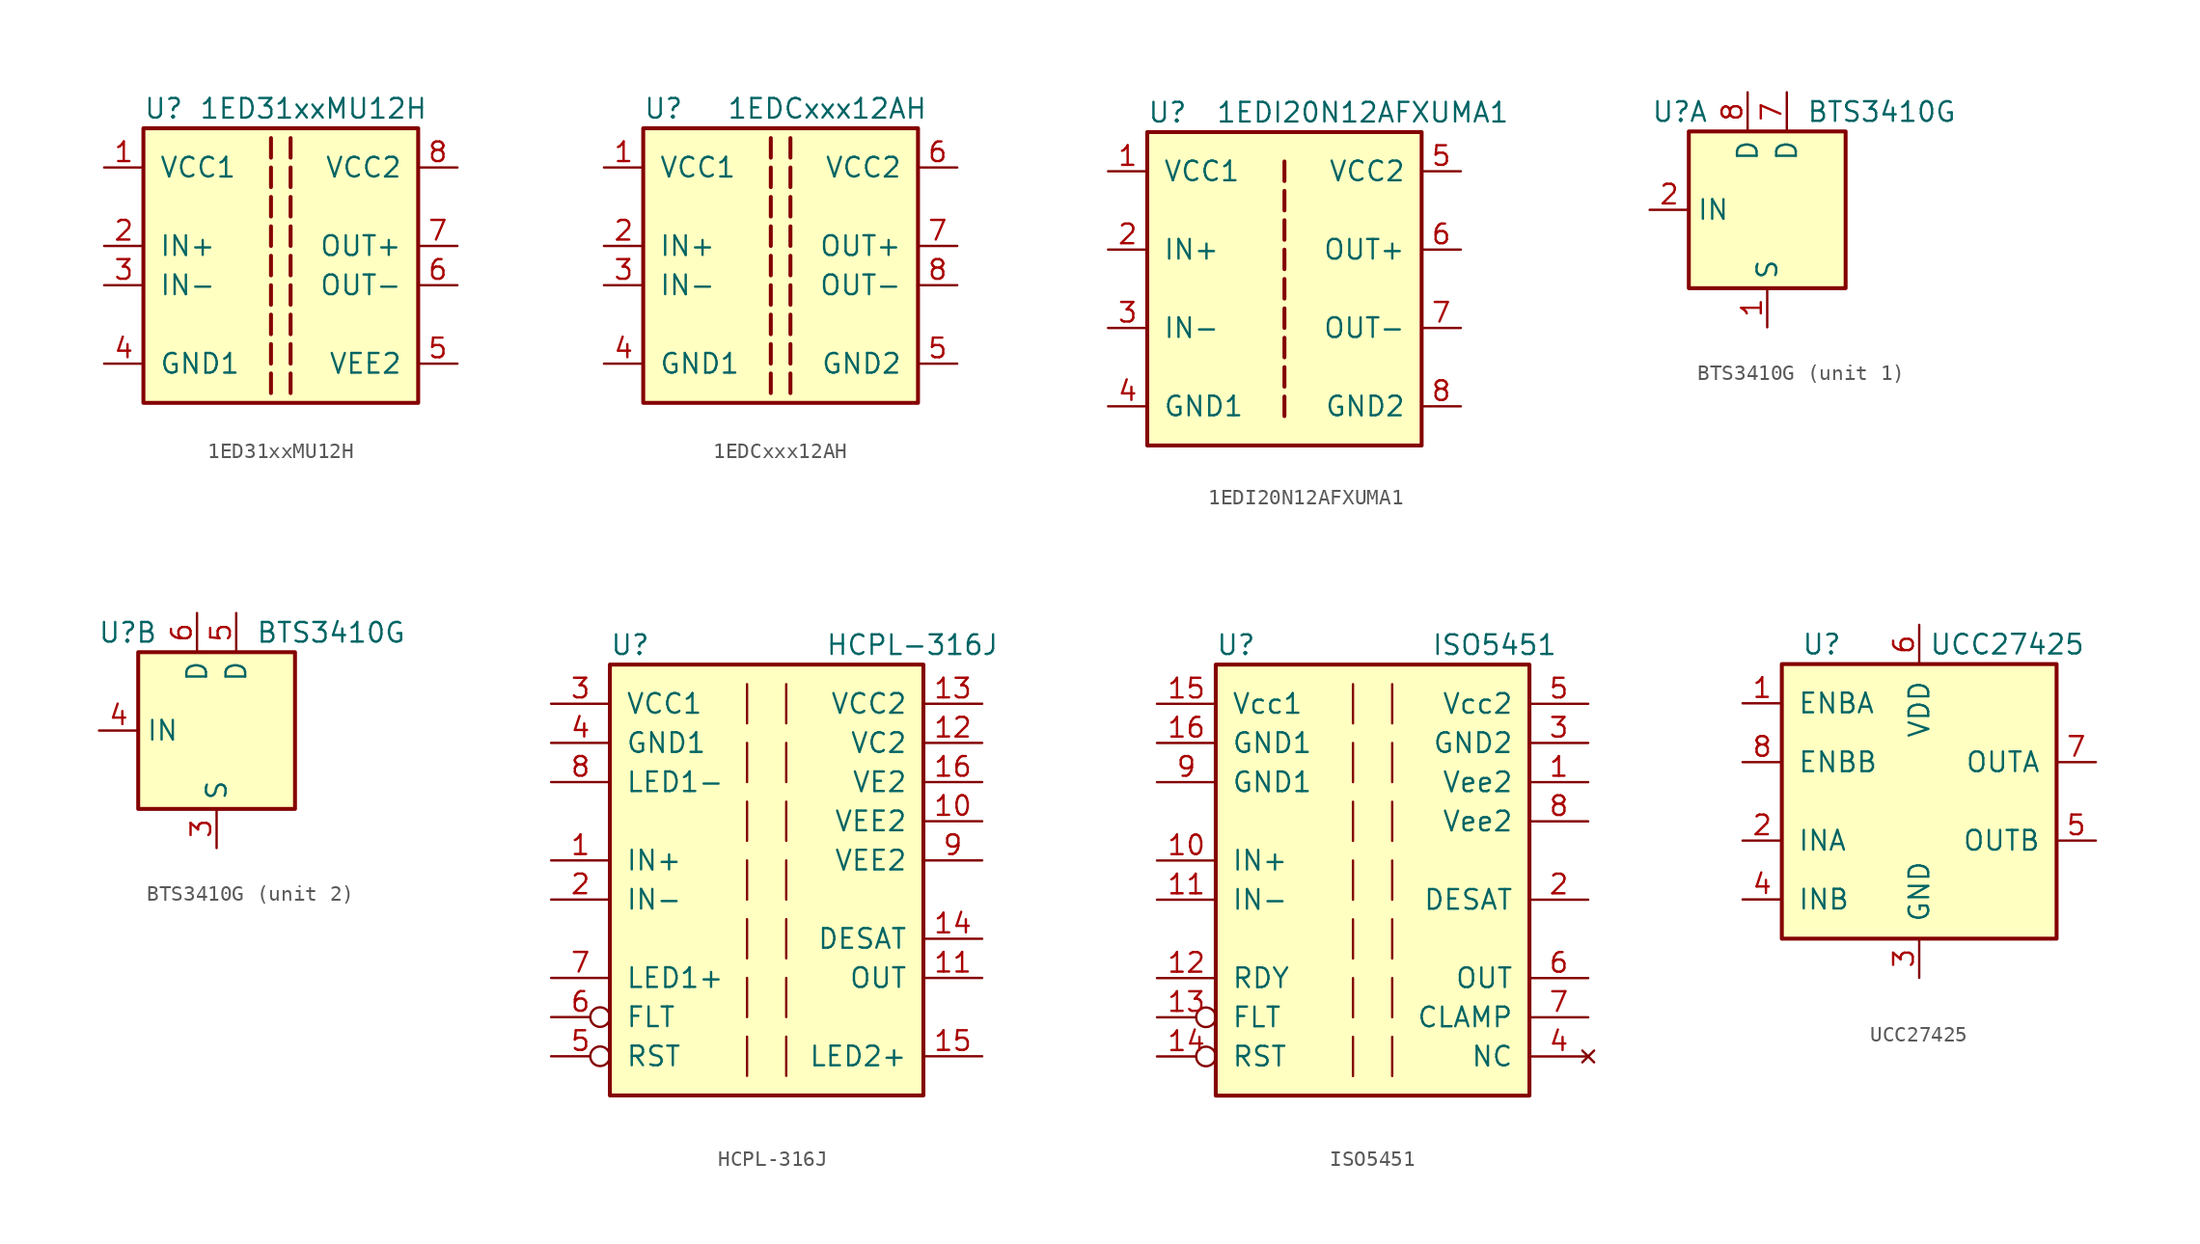
<source format=kicad_sym>
(kicad_symbol_lib
  (version 20231120)
  (generator "kicad_symbol_editor")
  (generator_version "8.0")
  (symbol "1ED31xxMU12H"
    (pin_names
      (offset 1.016))
    (property "Reference" "U"
      (at -8.89 10.16 0)
      (effects (font (size 1.27 1.27)) (justify left)))
    (property "Value" "1ED31xxMU12H"
      (at 9.525 10.16 0)
      (effects (font (size 1.27 1.27)) (justify right)))
    (symbol "1ED31xxMU12H_0_1"
      (rectangle (start -8.89 8.89) (end 8.89 -8.89) (stroke (width 0.254) (type default)) (fill (type background)))
      (polyline (pts (xy 0.635 -3.175) (xy 0.635 -4.445)) (stroke (width 0.254) (type default)) (fill (type none)))
      (polyline (pts (xy 0.635 -1.27) (xy 0.635 -2.54)) (stroke (width 0.254) (type default)) (fill (type none)))
      (polyline (pts (xy 0.635 0.635) (xy 0.635 -0.635)) (stroke (width 0.254) (type default)) (fill (type none)))
      (polyline (pts (xy 0.635 1.27) (xy 0.635 2.54)) (stroke (width 0.254) (type default)) (fill (type none)))
      (polyline (pts (xy 0.635 3.175) (xy 0.635 4.445)) (stroke (width 0.254) (type default)) (fill (type none))))
    (symbol "1ED31xxMU12H_1_1"
      (polyline (pts (xy -0.635 -6.985) (xy -0.635 -8.255)) (stroke (width 0.254) (type default)) (fill (type none)))
      (polyline (pts (xy -0.635 -5.08) (xy -0.635 -6.35)) (stroke (width 0.254) (type default)) (fill (type none)))
      (polyline (pts (xy -0.635 -3.175) (xy -0.635 -4.445)) (stroke (width 0.254) (type default)) (fill (type none)))
      (polyline (pts (xy -0.635 -1.27) (xy -0.635 -2.54)) (stroke (width 0.254) (type default)) (fill (type none)))
      (polyline (pts (xy -0.635 0.635) (xy -0.635 -0.635)) (stroke (width 0.254) (type default)) (fill (type none)))
      (polyline (pts (xy -0.635 1.27) (xy -0.635 2.54)) (stroke (width 0.254) (type default)) (fill (type none)))
      (polyline (pts (xy -0.635 3.175) (xy -0.635 4.445)) (stroke (width 0.254) (type default)) (fill (type none)))
      (polyline (pts (xy -0.635 5.08) (xy -0.635 6.35)) (stroke (width 0.254) (type default)) (fill (type none)))
      (polyline (pts (xy -0.635 6.985) (xy -0.635 8.255)) (stroke (width 0.254) (type default)) (fill (type none)))
      (polyline (pts (xy 0.635 -6.985) (xy 0.635 -8.255)) (stroke (width 0.254) (type default)) (fill (type none)))
      (polyline (pts (xy 0.635 -5.08) (xy 0.635 -6.35)) (stroke (width 0.254) (type default)) (fill (type none)))
      (polyline (pts (xy 0.635 5.08) (xy 0.635 6.35)) (stroke (width 0.254) (type default)) (fill (type none)))
      (polyline (pts (xy 0.635 6.985) (xy 0.635 8.255)) (stroke (width 0.254) (type default)) (fill (type none)))
      (pin power_in line (at -11.43 6.35 0) (length 2.54) (name "VCC1" (effects (font (size 1.27 1.27)))) (number "1" (effects (font (size 1.27 1.27)))))
      (pin input line (at -11.43 1.27 0) (length 2.54) (name "IN+" (effects (font (size 1.27 1.27)))) (number "2" (effects (font (size 1.27 1.27)))))
      (pin input line (at -11.43 -1.27 0) (length 2.54) (name "IN-" (effects (font (size 1.27 1.27)))) (number "3" (effects (font (size 1.27 1.27)))))
      (pin power_in line (at -11.43 -6.35 0) (length 2.54) (name "GND1" (effects (font (size 1.27 1.27)))) (number "4" (effects (font (size 1.27 1.27)))))
      (pin power_in line (at 11.43 -6.35 180) (length 2.54) (name "VEE2" (effects (font (size 1.27 1.27)))) (number "5" (effects (font (size 1.27 1.27)))))
      (pin output line (at 11.43 -1.27 180) (length 2.54) (name "OUT-" (effects (font (size 1.27 1.27)))) (number "6" (effects (font (size 1.27 1.27)))))
      (pin output line (at 11.43 1.27 180) (length 2.54) (name "OUT+" (effects (font (size 1.27 1.27)))) (number "7" (effects (font (size 1.27 1.27)))))
      (pin power_in line (at 11.43 6.35 180) (length 2.54) (name "VCC2" (effects (font (size 1.27 1.27)))) (number "8" (effects (font (size 1.27 1.27)))))))
  (symbol "1EDCxxx12AH"
    (pin_names
      (offset 1.016))
    (property "Reference" "U"
      (at -8.89 10.16 0)
      (effects (font (size 1.27 1.27)) (justify left)))
    (property "Value" "1EDCxxx12AH"
      (at 9.525 10.16 0)
      (effects (font (size 1.27 1.27)) (justify right)))
    (symbol "1EDCxxx12AH_0_1"
      (rectangle (start -8.89 8.89) (end 8.89 -8.89) (stroke (width 0.254) (type default)) (fill (type background)))
      (polyline (pts (xy 0.635 -3.175) (xy 0.635 -4.445)) (stroke (width 0.254) (type default)) (fill (type none)))
      (polyline (pts (xy 0.635 -1.27) (xy 0.635 -2.54)) (stroke (width 0.254) (type default)) (fill (type none)))
      (polyline (pts (xy 0.635 0.635) (xy 0.635 -0.635)) (stroke (width 0.254) (type default)) (fill (type none)))
      (polyline (pts (xy 0.635 1.27) (xy 0.635 2.54)) (stroke (width 0.254) (type default)) (fill (type none)))
      (polyline (pts (xy 0.635 3.175) (xy 0.635 4.445)) (stroke (width 0.254) (type default)) (fill (type none))))
    (symbol "1EDCxxx12AH_1_1"
      (polyline (pts (xy -0.635 -6.985) (xy -0.635 -8.255)) (stroke (width 0.254) (type default)) (fill (type none)))
      (polyline (pts (xy -0.635 -5.08) (xy -0.635 -6.35)) (stroke (width 0.254) (type default)) (fill (type none)))
      (polyline (pts (xy -0.635 -3.175) (xy -0.635 -4.445)) (stroke (width 0.254) (type default)) (fill (type none)))
      (polyline (pts (xy -0.635 -1.27) (xy -0.635 -2.54)) (stroke (width 0.254) (type default)) (fill (type none)))
      (polyline (pts (xy -0.635 0.635) (xy -0.635 -0.635)) (stroke (width 0.254) (type default)) (fill (type none)))
      (polyline (pts (xy -0.635 1.27) (xy -0.635 2.54)) (stroke (width 0.254) (type default)) (fill (type none)))
      (polyline (pts (xy -0.635 3.175) (xy -0.635 4.445)) (stroke (width 0.254) (type default)) (fill (type none)))
      (polyline (pts (xy -0.635 5.08) (xy -0.635 6.35)) (stroke (width 0.254) (type default)) (fill (type none)))
      (polyline (pts (xy -0.635 6.985) (xy -0.635 8.255)) (stroke (width 0.254) (type default)) (fill (type none)))
      (polyline (pts (xy 0.635 -6.985) (xy 0.635 -8.255)) (stroke (width 0.254) (type default)) (fill (type none)))
      (polyline (pts (xy 0.635 -5.08) (xy 0.635 -6.35)) (stroke (width 0.254) (type default)) (fill (type none)))
      (polyline (pts (xy 0.635 5.08) (xy 0.635 6.35)) (stroke (width 0.254) (type default)) (fill (type none)))
      (polyline (pts (xy 0.635 6.985) (xy 0.635 8.255)) (stroke (width 0.254) (type default)) (fill (type none)))
      (pin power_in line (at -11.43 6.35 0) (length 2.54) (name "VCC1" (effects (font (size 1.27 1.27)))) (number "1" (effects (font (size 1.27 1.27)))))
      (pin input line (at -11.43 1.27 0) (length 2.54) (name "IN+" (effects (font (size 1.27 1.27)))) (number "2" (effects (font (size 1.27 1.27)))))
      (pin input line (at -11.43 -1.27 0) (length 2.54) (name "IN-" (effects (font (size 1.27 1.27)))) (number "3" (effects (font (size 1.27 1.27)))))
      (pin power_in line (at -11.43 -6.35 0) (length 2.54) (name "GND1" (effects (font (size 1.27 1.27)))) (number "4" (effects (font (size 1.27 1.27)))))
      (pin power_in line (at 11.43 -6.35 180) (length 2.54) (name "GND2" (effects (font (size 1.27 1.27)))) (number "5" (effects (font (size 1.27 1.27)))))
      (pin power_in line (at 11.43 6.35 180) (length 2.54) (name "VCC2" (effects (font (size 1.27 1.27)))) (number "6" (effects (font (size 1.27 1.27)))))
      (pin output line (at 11.43 1.27 180) (length 2.54) (name "OUT+" (effects (font (size 1.27 1.27)))) (number "7" (effects (font (size 1.27 1.27)))))
      (pin output line (at 11.43 -1.27 180) (length 2.54) (name "OUT-" (effects (font (size 1.27 1.27)))) (number "8" (effects (font (size 1.27 1.27)))))))
  (symbol "1EDI20N12AFXUMA1"
    (pin_names
      (offset 1.016))
    (property "Reference" "U"
      (at -8.89 11.43 0)
      (effects (font (size 1.27 1.27)) (justify left)))
    (property "Value" "1EDI20N12AFXUMA1"
      (at 14.605 11.43 0)
      (effects (font (size 1.27 1.27)) (justify right)))
    (symbol "1EDI20N12AFXUMA1_0_1"
      (rectangle (start -8.89 10.16) (end 8.89 -10.16) (stroke (width 0.254) (type default)) (fill (type background)))
      (polyline (pts (xy 0 -6.985) (xy 0 -8.255)) (stroke (width 0.254) (type default)) (fill (type none)))
      (polyline (pts (xy 0 -5.08) (xy 0 -6.35)) (stroke (width 0.254) (type default)) (fill (type none)))
      (polyline (pts (xy 0 -3.175) (xy 0 -4.445)) (stroke (width 0.254) (type default)) (fill (type none)))
      (polyline (pts (xy 0 -1.27) (xy 0 -2.54)) (stroke (width 0.254) (type default)) (fill (type none)))
      (polyline (pts (xy 0 0.635) (xy 0 -0.635)) (stroke (width 0.254) (type default)) (fill (type none)))
      (polyline (pts (xy 0 1.27) (xy 0 2.54)) (stroke (width 0.254) (type default)) (fill (type none)))
      (polyline (pts (xy 0 3.175) (xy 0 4.445)) (stroke (width 0.254) (type default)) (fill (type none)))
      (polyline (pts (xy 0 5.08) (xy 0 6.35)) (stroke (width 0.254) (type default)) (fill (type none)))
      (polyline (pts (xy 0 6.985) (xy 0 8.255)) (stroke (width 0.254) (type default)) (fill (type none))))
    (symbol "1EDI20N12AFXUMA1_1_1"
      (pin power_in line (at -11.43 7.62 0) (length 2.54) (name "VCC1" (effects (font (size 1.27 1.27)))) (number "1" (effects (font (size 1.27 1.27)))))
      (pin input line (at -11.43 2.54 0) (length 2.54) (name "IN+" (effects (font (size 1.27 1.27)))) (number "2" (effects (font (size 1.27 1.27)))))
      (pin input line (at -11.43 -2.54 0) (length 2.54) (name "IN-" (effects (font (size 1.27 1.27)))) (number "3" (effects (font (size 1.27 1.27)))))
      (pin power_in line (at -11.43 -7.62 0) (length 2.54) (name "GND1" (effects (font (size 1.27 1.27)))) (number "4" (effects (font (size 1.27 1.27)))))
      (pin power_in line (at 11.43 7.62 180) (length 2.54) (name "VCC2" (effects (font (size 1.27 1.27)))) (number "5" (effects (font (size 1.27 1.27)))))
      (pin output line (at 11.43 2.54 180) (length 2.54) (name "OUT+" (effects (font (size 1.27 1.27)))) (number "6" (effects (font (size 1.27 1.27)))))
      (pin output line (at 11.43 -2.54 180) (length 2.54) (name "OUT-" (effects (font (size 1.27 1.27)))) (number "7" (effects (font (size 1.27 1.27)))))
      (pin power_in line (at 11.43 -7.62 180) (length 2.54) (name "GND2" (effects (font (size 1.27 1.27)))) (number "8" (effects (font (size 1.27 1.27)))))))
  (symbol "BTS3410G"
    (property "Reference" "U"
      (at -3.81 6.35 0)
      (effects (font (size 1.27 1.27)) (justify right)))
    (property "Value" "BTS3410G"
      (at 2.54 6.35 0)
      (effects (font (size 1.27 1.27)) (justify left)))
    (symbol "BTS3410G_0_0"
      (rectangle (start -5.08 5.08) (end 5.08 -5.08) (stroke (width 0.254) (type default)) (fill (type background))))
    (symbol "BTS3410G_1_0"
      (pin power_in line (at 0 -7.62 90) (length 2.54) (name "S" (effects (font (size 1.27 1.27)))) (number "1" (effects (font (size 1.27 1.27)))))
      (pin input line (at -7.62 0 0) (length 2.54) (name "IN" (effects (font (size 1.27 1.27)))) (number "2" (effects (font (size 1.27 1.27)))))
      (pin power_in line (at 1.27 7.62 270) (length 2.54) (name "D" (effects (font (size 1.27 1.27)))) (number "7" (effects (font (size 1.27 1.27)))))
      (pin power_in line (at -1.27 7.62 270) (length 2.54) (name "D" (effects (font (size 1.27 1.27)))) (number "8" (effects (font (size 1.27 1.27))))))
    (symbol "BTS3410G_2_0"
      (pin power_in line (at 0 -7.62 90) (length 2.54) (name "S" (effects (font (size 1.27 1.27)))) (number "3" (effects (font (size 1.27 1.27)))))
      (pin input line (at -7.62 0 0) (length 2.54) (name "IN" (effects (font (size 1.27 1.27)))) (number "4" (effects (font (size 1.27 1.27)))))
      (pin power_in line (at 1.27 7.62 270) (length 2.54) (name "D" (effects (font (size 1.27 1.27)))) (number "5" (effects (font (size 1.27 1.27)))))
      (pin power_in line (at -1.27 7.62 270) (length 2.54) (name "D" (effects (font (size 1.27 1.27)))) (number "6" (effects (font (size 1.27 1.27)))))))
  (symbol "HCPL-316J"
    (pin_names
      (offset 1.016))
    (property "Reference" "U"
      (at -10.16 13.97 0)
      (effects (font (size 1.27 1.27)) (justify left)))
    (property "Value" "HCPL-316J"
      (at 3.81 13.97 0)
      (effects (font (size 1.27 1.27)) (justify left)))
    (symbol "HCPL-316J_0_1"
      (rectangle (start -10.16 12.7) (end 10.16 -15.24) (stroke (width 0.254) (type default)) (fill (type background)))
      (polyline (pts (xy -1.27 -11.43) (xy -1.27 -13.97)) (stroke (width 0) (type default)) (fill (type none)))
      (polyline (pts (xy -1.27 -7.62) (xy -1.27 -10.16)) (stroke (width 0) (type default)) (fill (type none)))
      (polyline (pts (xy -1.27 -3.81) (xy -1.27 -6.35)) (stroke (width 0) (type default)) (fill (type none)))
      (polyline (pts (xy -1.27 0) (xy -1.27 -2.54)) (stroke (width 0) (type default)) (fill (type none)))
      (polyline (pts (xy -1.27 3.81) (xy -1.27 1.27)) (stroke (width 0) (type default)) (fill (type none)))
      (polyline (pts (xy -1.27 7.62) (xy -1.27 5.08)) (stroke (width 0) (type default)) (fill (type none)))
      (polyline (pts (xy -1.27 11.43) (xy -1.27 8.89)) (stroke (width 0) (type default)) (fill (type none)))
      (polyline (pts (xy 1.27 -11.43) (xy 1.27 -13.97)) (stroke (width 0) (type default)) (fill (type none)))
      (polyline (pts (xy 1.27 -7.62) (xy 1.27 -10.16)) (stroke (width 0) (type default)) (fill (type none)))
      (polyline (pts (xy 1.27 -3.81) (xy 1.27 -6.35)) (stroke (width 0) (type default)) (fill (type none)))
      (polyline (pts (xy 1.27 0) (xy 1.27 -2.54)) (stroke (width 0) (type default)) (fill (type none)))
      (polyline (pts (xy 1.27 3.81) (xy 1.27 1.27)) (stroke (width 0) (type default)) (fill (type none)))
      (polyline (pts (xy 1.27 7.62) (xy 1.27 5.08)) (stroke (width 0) (type default)) (fill (type none)))
      (polyline (pts (xy 1.27 11.43) (xy 1.27 8.89)) (stroke (width 0) (type default)) (fill (type none))))
    (symbol "HCPL-316J_1_1"
      (pin input line (at -13.97 0 0) (length 3.81) (name "IN+" (effects (font (size 1.27 1.27)))) (number "1" (effects (font (size 1.27 1.27)))))
      (pin power_in line (at 13.97 2.54 180) (length 3.81) (name "VEE2" (effects (font (size 1.27 1.27)))) (number "10" (effects (font (size 1.27 1.27)))))
      (pin output line (at 13.97 -7.62 180) (length 3.81) (name "OUT" (effects (font (size 1.27 1.27)))) (number "11" (effects (font (size 1.27 1.27)))))
      (pin power_in line (at 13.97 7.62 180) (length 3.81) (name "VC2" (effects (font (size 1.27 1.27)))) (number "12" (effects (font (size 1.27 1.27)))))
      (pin power_in line (at 13.97 10.16 180) (length 3.81) (name "VCC2" (effects (font (size 1.27 1.27)))) (number "13" (effects (font (size 1.27 1.27)))))
      (pin output line (at 13.97 -5.08 180) (length 3.81) (name "DESAT" (effects (font (size 1.27 1.27)))) (number "14" (effects (font (size 1.27 1.27)))))
      (pin bidirectional line (at 13.97 -12.7 180) (length 3.81) (name "LED2+" (effects (font (size 1.27 1.27)))) (number "15" (effects (font (size 1.27 1.27)))))
      (pin power_in line (at 13.97 5.08 180) (length 3.81) (name "VE2" (effects (font (size 1.27 1.27)))) (number "16" (effects (font (size 1.27 1.27)))))
      (pin input line (at -13.97 -2.54 0) (length 3.81) (name "IN-" (effects (font (size 1.27 1.27)))) (number "2" (effects (font (size 1.27 1.27)))))
      (pin power_in line (at -13.97 10.16 0) (length 3.81) (name "VCC1" (effects (font (size 1.27 1.27)))) (number "3" (effects (font (size 1.27 1.27)))))
      (pin power_in line (at -13.97 7.62 0) (length 3.81) (name "GND1" (effects (font (size 1.27 1.27)))) (number "4" (effects (font (size 1.27 1.27)))))
      (pin input inverted (at -13.97 -12.7 0) (length 3.81) (name "RST" (effects (font (size 1.27 1.27)))) (number "5" (effects (font (size 1.27 1.27)))))
      (pin output inverted (at -13.97 -10.16 0) (length 3.81) (name "FLT" (effects (font (size 1.27 1.27)))) (number "6" (effects (font (size 1.27 1.27)))))
      (pin bidirectional line (at -13.97 -7.62 0) (length 3.81) (name "LED1+" (effects (font (size 1.27 1.27)))) (number "7" (effects (font (size 1.27 1.27)))))
      (pin bidirectional line (at -13.97 5.08 0) (length 3.81) (name "LED1-" (effects (font (size 1.27 1.27)))) (number "8" (effects (font (size 1.27 1.27)))))
      (pin power_in line (at 13.97 0 180) (length 3.81) (name "VEE2" (effects (font (size 1.27 1.27)))) (number "9" (effects (font (size 1.27 1.27)))))))
  (symbol "ISO5451"
    (pin_names
      (offset 1.016))
    (property "Reference" "U"
      (at -10.16 13.97 0)
      (effects (font (size 1.27 1.27)) (justify left)))
    (property "Value" "ISO5451"
      (at 3.81 13.97 0)
      (effects (font (size 1.27 1.27)) (justify left)))
    (symbol "ISO5451_0_1"
      (rectangle (start -10.16 12.7) (end 10.16 -15.24) (stroke (width 0.254) (type default)) (fill (type background)))
      (polyline (pts (xy -1.27 -11.43) (xy -1.27 -13.97)) (stroke (width 0) (type default)) (fill (type none)))
      (polyline (pts (xy -1.27 -7.62) (xy -1.27 -10.16)) (stroke (width 0) (type default)) (fill (type none)))
      (polyline (pts (xy -1.27 -3.81) (xy -1.27 -6.35)) (stroke (width 0) (type default)) (fill (type none)))
      (polyline (pts (xy -1.27 0) (xy -1.27 -2.54)) (stroke (width 0) (type default)) (fill (type none)))
      (polyline (pts (xy -1.27 3.81) (xy -1.27 1.27)) (stroke (width 0) (type default)) (fill (type none)))
      (polyline (pts (xy -1.27 7.62) (xy -1.27 5.08)) (stroke (width 0) (type default)) (fill (type none)))
      (polyline (pts (xy -1.27 11.43) (xy -1.27 8.89)) (stroke (width 0) (type default)) (fill (type none)))
      (polyline (pts (xy 1.27 -11.43) (xy 1.27 -13.97)) (stroke (width 0) (type default)) (fill (type none)))
      (polyline (pts (xy 1.27 -7.62) (xy 1.27 -10.16)) (stroke (width 0) (type default)) (fill (type none)))
      (polyline (pts (xy 1.27 -3.81) (xy 1.27 -6.35)) (stroke (width 0) (type default)) (fill (type none)))
      (polyline (pts (xy 1.27 0) (xy 1.27 -2.54)) (stroke (width 0) (type default)) (fill (type none)))
      (polyline (pts (xy 1.27 3.81) (xy 1.27 1.27)) (stroke (width 0) (type default)) (fill (type none)))
      (polyline (pts (xy 1.27 7.62) (xy 1.27 5.08)) (stroke (width 0) (type default)) (fill (type none)))
      (polyline (pts (xy 1.27 11.43) (xy 1.27 8.89)) (stroke (width 0) (type default)) (fill (type none))))
    (symbol "ISO5451_1_1"
      (pin power_in line (at 13.97 5.08 180) (length 3.81) (name "Vee2" (effects (font (size 1.27 1.27)))) (number "1" (effects (font (size 1.27 1.27)))))
      (pin bidirectional line (at -13.97 0 0) (length 3.81) (name "IN+" (effects (font (size 1.27 1.27)))) (number "10" (effects (font (size 1.27 1.27)))))
      (pin bidirectional line (at -13.97 -2.54 0) (length 3.81) (name "IN-" (effects (font (size 1.27 1.27)))) (number "11" (effects (font (size 1.27 1.27)))))
      (pin output line (at -13.97 -7.62 0) (length 3.81) (name "RDY" (effects (font (size 1.27 1.27)))) (number "12" (effects (font (size 1.27 1.27)))))
      (pin output inverted (at -13.97 -10.16 0) (length 3.81) (name "FLT" (effects (font (size 1.27 1.27)))) (number "13" (effects (font (size 1.27 1.27)))))
      (pin input inverted (at -13.97 -12.7 0) (length 3.81) (name "RST" (effects (font (size 1.27 1.27)))) (number "14" (effects (font (size 1.27 1.27)))))
      (pin power_in line (at -13.97 10.16 0) (length 3.81) (name "Vcc1" (effects (font (size 1.27 1.27)))) (number "15" (effects (font (size 1.27 1.27)))))
      (pin power_in line (at -13.97 7.62 0) (length 3.81) (name "GND1" (effects (font (size 1.27 1.27)))) (number "16" (effects (font (size 1.27 1.27)))))
      (pin output line (at 13.97 -2.54 180) (length 3.81) (name "DESAT" (effects (font (size 1.27 1.27)))) (number "2" (effects (font (size 1.27 1.27)))))
      (pin power_in line (at 13.97 7.62 180) (length 3.81) (name "GND2" (effects (font (size 1.27 1.27)))) (number "3" (effects (font (size 1.27 1.27)))))
      (pin no_connect line (at 13.97 -12.7 180) (length 3.81) (name "NC" (effects (font (size 1.27 1.27)))) (number "4" (effects (font (size 1.27 1.27)))))
      (pin power_in line (at 13.97 10.16 180) (length 3.81) (name "Vcc2" (effects (font (size 1.27 1.27)))) (number "5" (effects (font (size 1.27 1.27)))))
      (pin output line (at 13.97 -7.62 180) (length 3.81) (name "OUT" (effects (font (size 1.27 1.27)))) (number "6" (effects (font (size 1.27 1.27)))))
      (pin input line (at 13.97 -10.16 180) (length 3.81) (name "CLAMP" (effects (font (size 1.27 1.27)))) (number "7" (effects (font (size 1.27 1.27)))))
      (pin power_in line (at 13.97 2.54 180) (length 3.81) (name "Vee2" (effects (font (size 1.27 1.27)))) (number "8" (effects (font (size 1.27 1.27)))))
      (pin power_in line (at -13.97 5.08 0) (length 3.81) (name "GND1" (effects (font (size 1.27 1.27)))) (number "9" (effects (font (size 1.27 1.27)))))))
  (symbol "UCC27425"
    (pin_names
      (offset 1.016))
    (property "Reference" "U"
      (at -7.62 10.16 0)
      (effects (font (size 1.27 1.27)) (justify left)))
    (property "Value" "UCC27425"
      (at 0.635 10.16 0)
      (effects (font (size 1.27 1.27)) (justify left)))
    (symbol "UCC27425_0_1"
      (rectangle (start -8.89 8.89) (end 8.89 -8.89) (stroke (width 0.254) (type default)) (fill (type background))))
    (symbol "UCC27425_1_1"
      (pin input line (at -11.43 6.35 0) (length 2.54) (name "ENBA" (effects (font (size 1.27 1.27)))) (number "1" (effects (font (size 1.27 1.27)))))
      (pin input line (at -11.43 -2.54 0) (length 2.54) (name "INA" (effects (font (size 1.27 1.27)))) (number "2" (effects (font (size 1.27 1.27)))))
      (pin power_in line (at 0 -11.43 90) (length 2.54) (name "GND" (effects (font (size 1.27 1.27)))) (number "3" (effects (font (size 1.27 1.27)))))
      (pin input line (at -11.43 -6.35 0) (length 2.54) (name "INB" (effects (font (size 1.27 1.27)))) (number "4" (effects (font (size 1.27 1.27)))))
      (pin output line (at 11.43 -2.54 180) (length 2.54) (name "OUTB" (effects (font (size 1.27 1.27)))) (number "5" (effects (font (size 1.27 1.27)))))
      (pin power_in line (at 0 11.43 270) (length 2.54) (name "VDD" (effects (font (size 1.27 1.27)))) (number "6" (effects (font (size 1.27 1.27)))))
      (pin output line (at 11.43 2.54 180) (length 2.54) (name "OUTA" (effects (font (size 1.27 1.27)))) (number "7" (effects (font (size 1.27 1.27)))))
      (pin input line (at -11.43 2.54 0) (length 2.54) (name "ENBB" (effects (font (size 1.27 1.27)))) (number "8" (effects (font (size 1.27 1.27))))))))
</source>
